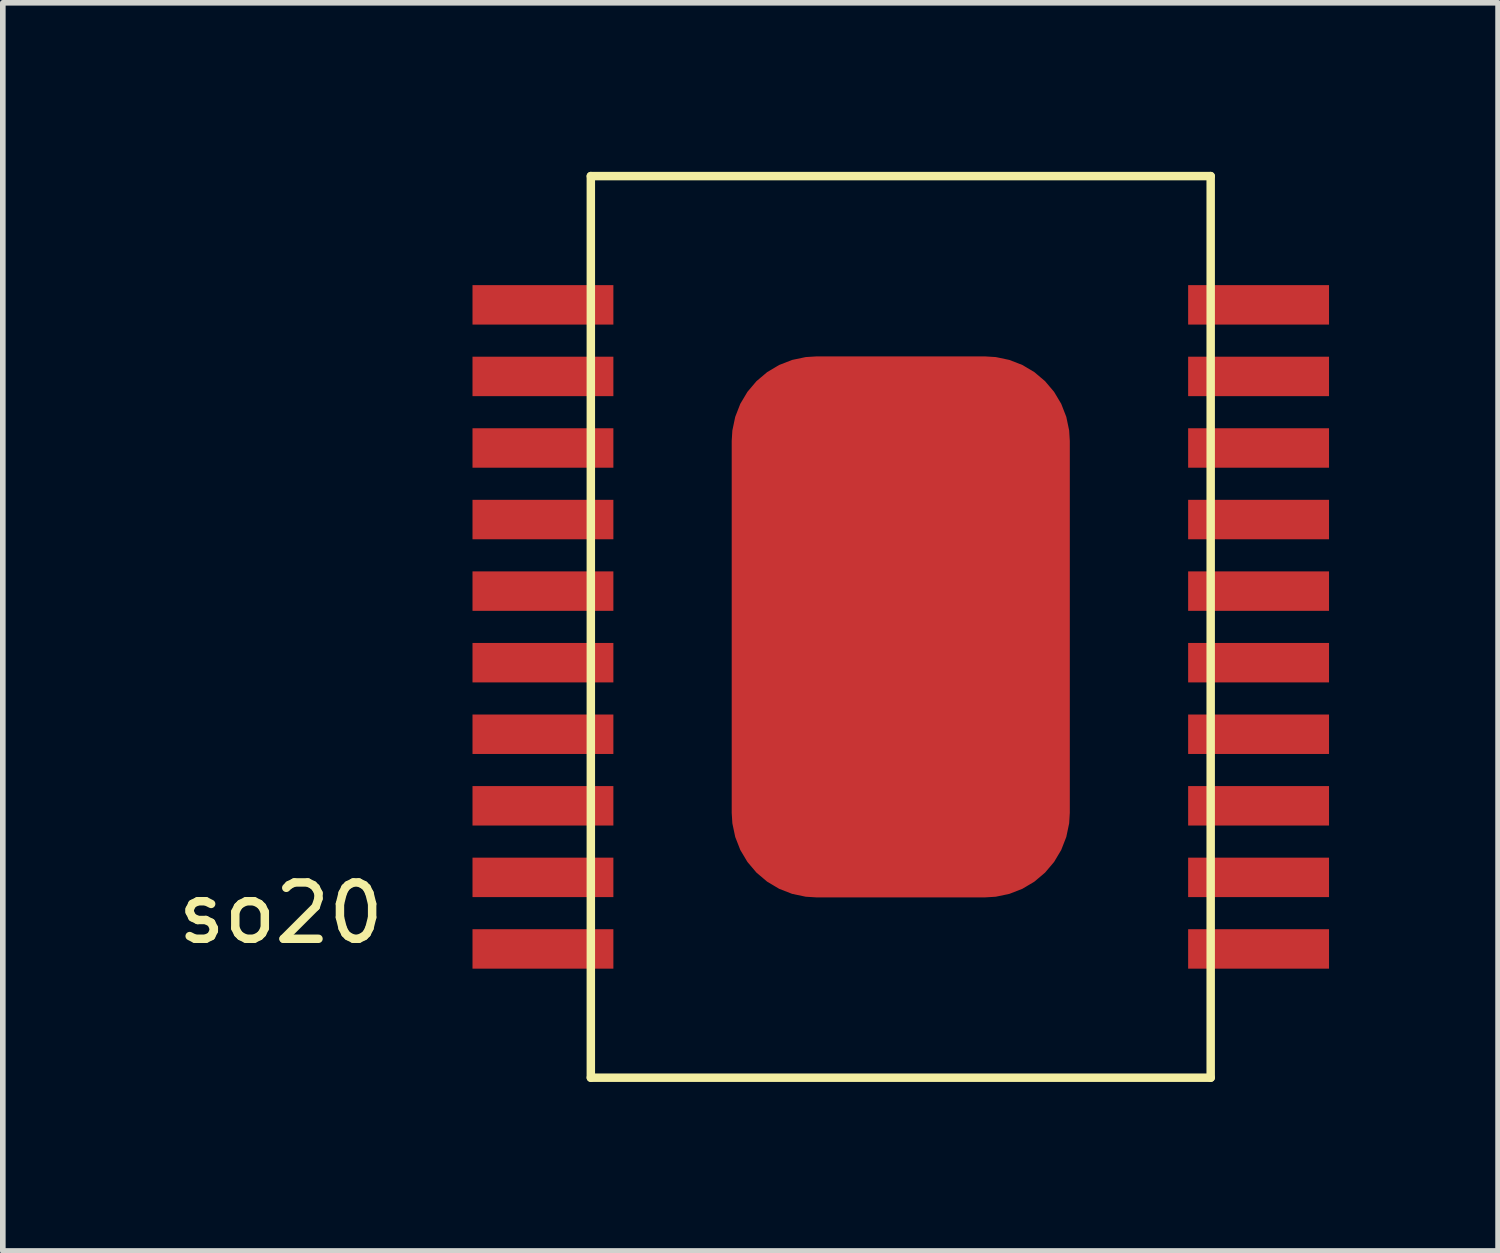
<source format=kicad_pcb>
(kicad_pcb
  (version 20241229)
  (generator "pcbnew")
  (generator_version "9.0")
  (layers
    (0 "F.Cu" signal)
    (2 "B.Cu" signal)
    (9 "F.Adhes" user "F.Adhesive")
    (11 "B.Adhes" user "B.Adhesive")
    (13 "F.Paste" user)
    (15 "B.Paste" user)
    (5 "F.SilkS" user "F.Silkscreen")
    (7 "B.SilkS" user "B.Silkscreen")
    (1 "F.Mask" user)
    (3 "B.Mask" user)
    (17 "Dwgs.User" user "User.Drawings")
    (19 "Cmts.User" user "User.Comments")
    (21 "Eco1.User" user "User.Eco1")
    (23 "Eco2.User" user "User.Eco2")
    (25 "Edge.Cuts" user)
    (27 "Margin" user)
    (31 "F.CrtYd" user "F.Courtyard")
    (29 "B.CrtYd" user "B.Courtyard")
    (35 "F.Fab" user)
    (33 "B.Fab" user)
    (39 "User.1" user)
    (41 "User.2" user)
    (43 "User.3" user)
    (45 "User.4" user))
  (footprint "so20"
    (layer "F.Cu")
    (at 12.935 8.075)
    (property "Reference" "so20" (at -11 5.08 0) (layer "F.SilkS") (effects (font (size 1 1) (thickness 0.15))))
    (attr through_hole)
    (fp_line (start -5.5 -8) (end 5.5 -8) (stroke (width 0.15) (type solid)) (layer "F.SilkS"))
    (fp_line (start -5.5 8) (end -5.5 -8) (stroke (width 0.15) (type solid)) (layer "F.SilkS"))
    (fp_line (start 5.5 -8) (end 5.5 8) (stroke (width 0.15) (type solid)) (layer "F.SilkS"))
    (fp_line (start 5.5 8) (end -5.5 8) (stroke (width 0.15) (type solid)) (layer "F.SilkS"))
    (pad "1" smd rect (at -6.35 -5.715) (size 2.5 0.7) (layers "F.Cu" "F.Mask" "F.Paste"))
    (pad "2" smd rect (at -6.35 -4.445) (size 2.5 0.7) (layers "F.Cu" "F.Mask" "F.Paste"))
    (pad "3" smd rect (at -6.35 -3.175) (size 2.5 0.7) (layers "F.Cu" "F.Mask" "F.Paste"))
    (pad "4" smd rect (at -6.35 -1.905) (size 2.5 0.7) (layers "F.Cu" "F.Mask" "F.Paste"))
    (pad "5" smd rect (at -6.35 -0.635) (size 2.5 0.7) (layers "F.Cu" "F.Mask" "F.Paste"))
    (pad "6" smd rect (at -6.35 0.635) (size 2.5 0.7) (layers "F.Cu" "F.Mask" "F.Paste"))
    (pad "7" smd rect (at -6.35 1.905) (size 2.5 0.7) (layers "F.Cu" "F.Mask" "F.Paste"))
    (pad "8" smd rect (at -6.35 3.175) (size 2.5 0.7) (layers "F.Cu" "F.Mask" "F.Paste"))
    (pad "9" smd rect (at -6.35 4.445) (size 2.5 0.7) (layers "F.Cu" "F.Mask" "F.Paste"))
    (pad "10" smd rect (at -6.35 5.715) (size 2.5 0.7) (layers "F.Cu" "F.Mask" "F.Paste"))
    (pad "11" smd rect (at 6.35 5.715) (size 2.5 0.7) (layers "F.Cu" "F.Mask" "F.Paste"))
    (pad "12" smd rect (at 6.35 4.445) (size 2.5 0.7) (layers "F.Cu" "F.Mask" "F.Paste"))
    (pad "13" smd rect (at 6.35 3.175) (size 2.5 0.7) (layers "F.Cu" "F.Mask" "F.Paste"))
    (pad "14" smd rect (at 6.35 1.905) (size 2.5 0.7) (layers "F.Cu" "F.Mask" "F.Paste"))
    (pad "15" smd rect (at 6.35 0.635) (size 2.5 0.7) (layers "F.Cu" "F.Mask" "F.Paste"))
    (pad "16" smd rect (at 6.35 -0.635) (size 2.5 0.7) (layers "F.Cu" "F.Mask" "F.Paste"))
    (pad "17" smd rect (at 6.35 -1.905) (size 2.5 0.7) (layers "F.Cu" "F.Mask" "F.Paste"))
    (pad "18" smd rect (at 6.35 -3.175) (size 2.5 0.7) (layers "F.Cu" "F.Mask" "F.Paste"))
    (pad "19" smd rect (at 6.35 -4.445) (size 2.5 0.7) (layers "F.Cu" "F.Mask" "F.Paste"))
    (pad "20" smd rect (at 6.35 -5.715) (size 2.5 0.7) (layers "F.Cu" "F.Mask" "F.Paste"))
    (pad "21" smd roundrect (at 0 0) (size 6 9.6) (layers "F.Cu" "F.Mask" "F.Paste") (roundrect_rratio 0.25)))
  (gr_rect
    (start -3 -3)
    (end 23.535 19.15)
    (stroke (width 0.1) (type default))
    (fill no)
    (layer "Edge.Cuts")))
</source>
